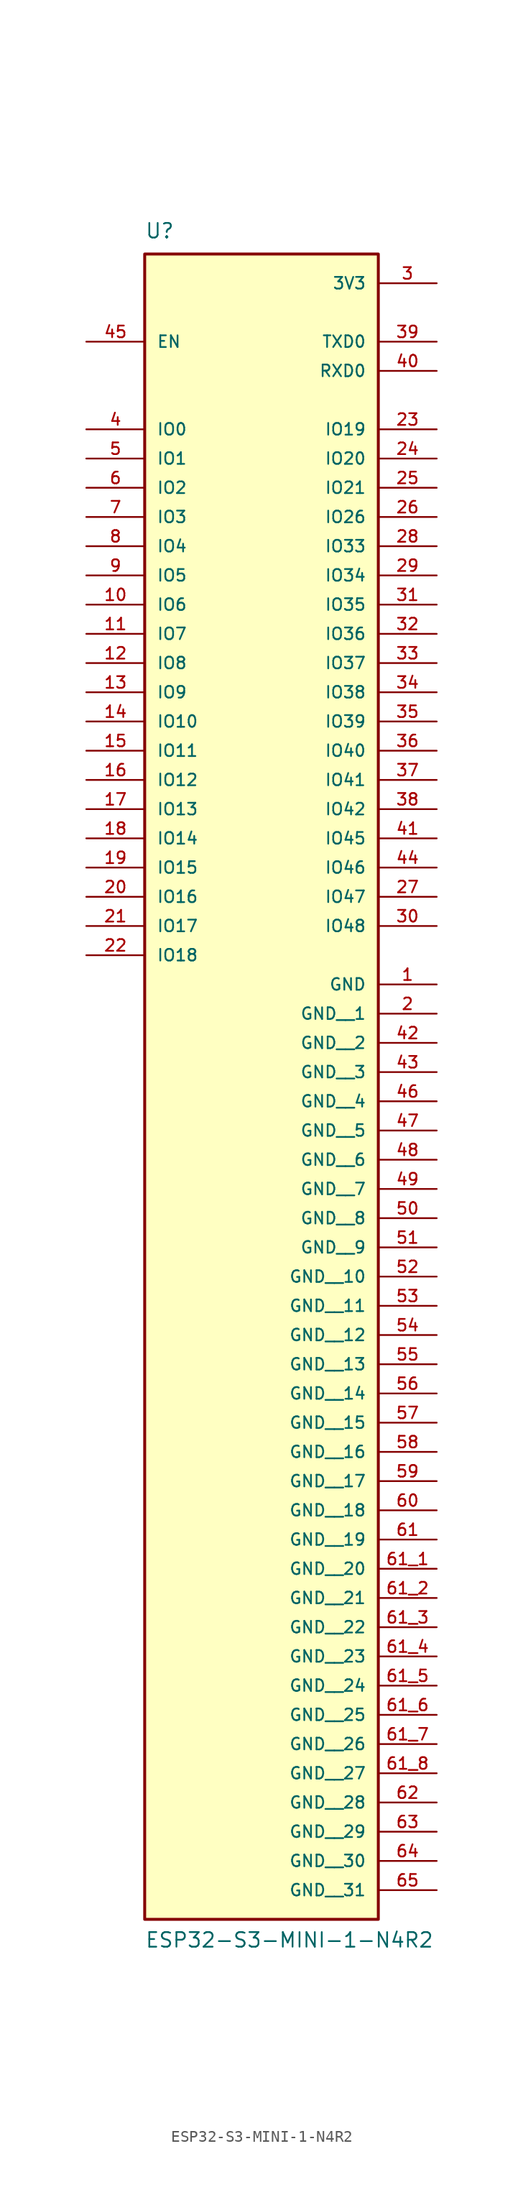
<source format=kicad_sym>
(kicad_symbol_lib
  (version 20211014)
  (generator kicad_symbol_editor)
  (symbol "ESP32-S3-MINI-1-N4R2"
    (pin_names
      (offset 1.016))
    (property "Reference" "U"
      (at -10.16 34.29 0)
      (effects (font (size 1.27 1.27)) (justify bottom left)))
    (property "Value" "ESP32-S3-MINI-1-N4R2"
      (at -10.16 -114.3 0)
      (effects (font (size 1.27 1.27)) (justify bottom left)))
    (symbol "ESP32-S3-MINI-1-N4R2_0_0"
      (rectangle (start -10.16 -111.76) (end 10.16 33.02) (stroke (width 0.254)) (fill (type background)))
      (pin bidirectional line (at -15.24 17.78 0) (length 5.08) (name "IO0" (effects (font (size 1.016 1.016)))) (number "4" (effects (font (size 1.016 1.016)))))
      (pin bidirectional line (at -15.24 15.24 0) (length 5.08) (name "IO1" (effects (font (size 1.016 1.016)))) (number "5" (effects (font (size 1.016 1.016)))))
      (pin bidirectional line (at -15.24 12.7 0) (length 5.08) (name "IO2" (effects (font (size 1.016 1.016)))) (number "6" (effects (font (size 1.016 1.016)))))
      (pin bidirectional line (at -15.24 10.16 0) (length 5.08) (name "IO3" (effects (font (size 1.016 1.016)))) (number "7" (effects (font (size 1.016 1.016)))))
      (pin bidirectional line (at -15.24 7.62 0) (length 5.08) (name "IO4" (effects (font (size 1.016 1.016)))) (number "8" (effects (font (size 1.016 1.016)))))
      (pin bidirectional line (at -15.24 5.08 0) (length 5.08) (name "IO5" (effects (font (size 1.016 1.016)))) (number "9" (effects (font (size 1.016 1.016)))))
      (pin bidirectional line (at -15.24 2.54 0) (length 5.08) (name "IO6" (effects (font (size 1.016 1.016)))) (number "10" (effects (font (size 1.016 1.016)))))
      (pin bidirectional line (at -15.24 0.0 0) (length 5.08) (name "IO7" (effects (font (size 1.016 1.016)))) (number "11" (effects (font (size 1.016 1.016)))))
      (pin bidirectional line (at -15.24 -2.54 0) (length 5.08) (name "IO8" (effects (font (size 1.016 1.016)))) (number "12" (effects (font (size 1.016 1.016)))))
      (pin bidirectional line (at -15.24 -5.08 0) (length 5.08) (name "IO9" (effects (font (size 1.016 1.016)))) (number "13" (effects (font (size 1.016 1.016)))))
      (pin bidirectional line (at -15.24 -7.62 0) (length 5.08) (name "IO10" (effects (font (size 1.016 1.016)))) (number "14" (effects (font (size 1.016 1.016)))))
      (pin bidirectional line (at -15.24 -10.16 0) (length 5.08) (name "IO11" (effects (font (size 1.016 1.016)))) (number "15" (effects (font (size 1.016 1.016)))))
      (pin bidirectional line (at -15.24 -12.7 0) (length 5.08) (name "IO12" (effects (font (size 1.016 1.016)))) (number "16" (effects (font (size 1.016 1.016)))))
      (pin bidirectional line (at -15.24 -15.24 0) (length 5.08) (name "IO13" (effects (font (size 1.016 1.016)))) (number "17" (effects (font (size 1.016 1.016)))))
      (pin bidirectional line (at -15.24 -17.78 0) (length 5.08) (name "IO14" (effects (font (size 1.016 1.016)))) (number "18" (effects (font (size 1.016 1.016)))))
      (pin bidirectional line (at -15.24 -20.32 0) (length 5.08) (name "IO15" (effects (font (size 1.016 1.016)))) (number "19" (effects (font (size 1.016 1.016)))))
      (pin bidirectional line (at -15.24 -22.86 0) (length 5.08) (name "IO16" (effects (font (size 1.016 1.016)))) (number "20" (effects (font (size 1.016 1.016)))))
      (pin bidirectional line (at -15.24 -25.4 0) (length 5.08) (name "IO17" (effects (font (size 1.016 1.016)))) (number "21" (effects (font (size 1.016 1.016)))))
      (pin bidirectional line (at -15.24 -27.94 0) (length 5.08) (name "IO18" (effects (font (size 1.016 1.016)))) (number "22" (effects (font (size 1.016 1.016)))))
      (pin bidirectional line (at 15.24 17.78 180.0) (length 5.08) (name "IO19" (effects (font (size 1.016 1.016)))) (number "23" (effects (font (size 1.016 1.016)))))
      (pin bidirectional line (at 15.24 15.24 180.0) (length 5.08) (name "IO20" (effects (font (size 1.016 1.016)))) (number "24" (effects (font (size 1.016 1.016)))))
      (pin bidirectional line (at 15.24 12.7 180.0) (length 5.08) (name "IO21" (effects (font (size 1.016 1.016)))) (number "25" (effects (font (size 1.016 1.016)))))
      (pin bidirectional line (at 15.24 10.16 180.0) (length 5.08) (name "IO26" (effects (font (size 1.016 1.016)))) (number "26" (effects (font (size 1.016 1.016)))))
      (pin bidirectional line (at 15.24 7.62 180.0) (length 5.08) (name "IO33" (effects (font (size 1.016 1.016)))) (number "28" (effects (font (size 1.016 1.016)))))
      (pin bidirectional line (at 15.24 5.08 180.0) (length 5.08) (name "IO34" (effects (font (size 1.016 1.016)))) (number "29" (effects (font (size 1.016 1.016)))))
      (pin bidirectional line (at 15.24 2.54 180.0) (length 5.08) (name "IO35" (effects (font (size 1.016 1.016)))) (number "31" (effects (font (size 1.016 1.016)))))
      (pin bidirectional line (at 15.24 0.0 180.0) (length 5.08) (name "IO36" (effects (font (size 1.016 1.016)))) (number "32" (effects (font (size 1.016 1.016)))))
      (pin bidirectional line (at 15.24 -2.54 180.0) (length 5.08) (name "IO37" (effects (font (size 1.016 1.016)))) (number "33" (effects (font (size 1.016 1.016)))))
      (pin bidirectional line (at 15.24 -5.08 180.0) (length 5.08) (name "IO38" (effects (font (size 1.016 1.016)))) (number "34" (effects (font (size 1.016 1.016)))))
      (pin bidirectional line (at 15.24 -7.62 180.0) (length 5.08) (name "IO39" (effects (font (size 1.016 1.016)))) (number "35" (effects (font (size 1.016 1.016)))))
      (pin bidirectional line (at 15.24 -10.16 180.0) (length 5.08) (name "IO40" (effects (font (size 1.016 1.016)))) (number "36" (effects (font (size 1.016 1.016)))))
      (pin bidirectional line (at 15.24 -12.7 180.0) (length 5.08) (name "IO41" (effects (font (size 1.016 1.016)))) (number "37" (effects (font (size 1.016 1.016)))))
      (pin bidirectional line (at 15.24 -15.24 180.0) (length 5.08) (name "IO42" (effects (font (size 1.016 1.016)))) (number "38" (effects (font (size 1.016 1.016)))))
      (pin bidirectional line (at 15.24 -17.78 180.0) (length 5.08) (name "IO45" (effects (font (size 1.016 1.016)))) (number "41" (effects (font (size 1.016 1.016)))))
      (pin bidirectional line (at 15.24 -20.32 180.0) (length 5.08) (name "IO46" (effects (font (size 1.016 1.016)))) (number "44" (effects (font (size 1.016 1.016)))))
      (pin bidirectional line (at 15.24 -22.86 180.0) (length 5.08) (name "IO47" (effects (font (size 1.016 1.016)))) (number "27" (effects (font (size 1.016 1.016)))))
      (pin bidirectional line (at 15.24 -25.4 180.0) (length 5.08) (name "IO48" (effects (font (size 1.016 1.016)))) (number "30" (effects (font (size 1.016 1.016)))))
      (pin input line (at -15.24 25.4 0) (length 5.08) (name "EN" (effects (font (size 1.016 1.016)))) (number "45" (effects (font (size 1.016 1.016)))))
      (pin bidirectional line (at 15.24 25.4 180.0) (length 5.08) (name "TXD0" (effects (font (size 1.016 1.016)))) (number "39" (effects (font (size 1.016 1.016)))))
      (pin bidirectional line (at 15.24 22.86 180.0) (length 5.08) (name "RXD0" (effects (font (size 1.016 1.016)))) (number "40" (effects (font (size 1.016 1.016)))))
      (pin power_in line (at 15.24 30.48 180.0) (length 5.08) (name "3V3" (effects (font (size 1.016 1.016)))) (number "3" (effects (font (size 1.016 1.016)))))
      (pin power_in line (at 15.24 -30.48 180.0) (length 5.08) (name "GND" (effects (font (size 1.016 1.016)))) (number "1" (effects (font (size 1.016 1.016)))))
      (pin power_in line (at 15.24 -33.02 180.0) (length 5.08) (name "GND__1" (effects (font (size 1.016 1.016)))) (number "2" (effects (font (size 1.016 1.016)))))
      (pin power_in line (at 15.24 -35.56 180.0) (length 5.08) (name "GND__2" (effects (font (size 1.016 1.016)))) (number "42" (effects (font (size 1.016 1.016)))))
      (pin power_in line (at 15.24 -38.1 180.0) (length 5.08) (name "GND__3" (effects (font (size 1.016 1.016)))) (number "43" (effects (font (size 1.016 1.016)))))
      (pin power_in line (at 15.24 -40.64 180.0) (length 5.08) (name "GND__4" (effects (font (size 1.016 1.016)))) (number "46" (effects (font (size 1.016 1.016)))))
      (pin power_in line (at 15.24 -43.18 180.0) (length 5.08) (name "GND__5" (effects (font (size 1.016 1.016)))) (number "47" (effects (font (size 1.016 1.016)))))
      (pin power_in line (at 15.24 -45.72 180.0) (length 5.08) (name "GND__6" (effects (font (size 1.016 1.016)))) (number "48" (effects (font (size 1.016 1.016)))))
      (pin power_in line (at 15.24 -48.26 180.0) (length 5.08) (name "GND__7" (effects (font (size 1.016 1.016)))) (number "49" (effects (font (size 1.016 1.016)))))
      (pin power_in line (at 15.24 -50.8 180.0) (length 5.08) (name "GND__8" (effects (font (size 1.016 1.016)))) (number "50" (effects (font (size 1.016 1.016)))))
      (pin power_in line (at 15.24 -53.34 180.0) (length 5.08) (name "GND__9" (effects (font (size 1.016 1.016)))) (number "51" (effects (font (size 1.016 1.016)))))
      (pin power_in line (at 15.24 -55.88 180.0) (length 5.08) (name "GND__10" (effects (font (size 1.016 1.016)))) (number "52" (effects (font (size 1.016 1.016)))))
      (pin power_in line (at 15.24 -58.42 180.0) (length 5.08) (name "GND__11" (effects (font (size 1.016 1.016)))) (number "53" (effects (font (size 1.016 1.016)))))
      (pin power_in line (at 15.24 -60.96 180.0) (length 5.08) (name "GND__12" (effects (font (size 1.016 1.016)))) (number "54" (effects (font (size 1.016 1.016)))))
      (pin power_in line (at 15.24 -63.5 180.0) (length 5.08) (name "GND__13" (effects (font (size 1.016 1.016)))) (number "55" (effects (font (size 1.016 1.016)))))
      (pin power_in line (at 15.24 -66.04 180.0) (length 5.08) (name "GND__14" (effects (font (size 1.016 1.016)))) (number "56" (effects (font (size 1.016 1.016)))))
      (pin power_in line (at 15.24 -68.58 180.0) (length 5.08) (name "GND__15" (effects (font (size 1.016 1.016)))) (number "57" (effects (font (size 1.016 1.016)))))
      (pin power_in line (at 15.24 -71.12 180.0) (length 5.08) (name "GND__16" (effects (font (size 1.016 1.016)))) (number "58" (effects (font (size 1.016 1.016)))))
      (pin power_in line (at 15.24 -73.66 180.0) (length 5.08) (name "GND__17" (effects (font (size 1.016 1.016)))) (number "59" (effects (font (size 1.016 1.016)))))
      (pin power_in line (at 15.24 -76.2 180.0) (length 5.08) (name "GND__18" (effects (font (size 1.016 1.016)))) (number "60" (effects (font (size 1.016 1.016)))))
      (pin power_in line (at 15.24 -78.74 180.0) (length 5.08) (name "GND__19" (effects (font (size 1.016 1.016)))) (number "61" (effects (font (size 1.016 1.016)))))
      (pin power_in line (at 15.24 -81.28 180.0) (length 5.08) (name "GND__20" (effects (font (size 1.016 1.016)))) (number "61_1" (effects (font (size 1.016 1.016)))))
      (pin power_in line (at 15.24 -83.82 180.0) (length 5.08) (name "GND__21" (effects (font (size 1.016 1.016)))) (number "61_2" (effects (font (size 1.016 1.016)))))
      (pin power_in line (at 15.24 -86.36 180.0) (length 5.08) (name "GND__22" (effects (font (size 1.016 1.016)))) (number "61_3" (effects (font (size 1.016 1.016)))))
      (pin power_in line (at 15.24 -88.9 180.0) (length 5.08) (name "GND__23" (effects (font (size 1.016 1.016)))) (number "61_4" (effects (font (size 1.016 1.016)))))
      (pin power_in line (at 15.24 -91.44 180.0) (length 5.08) (name "GND__24" (effects (font (size 1.016 1.016)))) (number "61_5" (effects (font (size 1.016 1.016)))))
      (pin power_in line (at 15.24 -93.98 180.0) (length 5.08) (name "GND__25" (effects (font (size 1.016 1.016)))) (number "61_6" (effects (font (size 1.016 1.016)))))
      (pin power_in line (at 15.24 -96.52 180.0) (length 5.08) (name "GND__26" (effects (font (size 1.016 1.016)))) (number "61_7" (effects (font (size 1.016 1.016)))))
      (pin power_in line (at 15.24 -99.06 180.0) (length 5.08) (name "GND__27" (effects (font (size 1.016 1.016)))) (number "61_8" (effects (font (size 1.016 1.016)))))
      (pin power_in line (at 15.24 -101.6 180.0) (length 5.08) (name "GND__28" (effects (font (size 1.016 1.016)))) (number "62" (effects (font (size 1.016 1.016)))))
      (pin power_in line (at 15.24 -104.14 180.0) (length 5.08) (name "GND__29" (effects (font (size 1.016 1.016)))) (number "63" (effects (font (size 1.016 1.016)))))
      (pin power_in line (at 15.24 -106.68 180.0) (length 5.08) (name "GND__30" (effects (font (size 1.016 1.016)))) (number "64" (effects (font (size 1.016 1.016)))))
      (pin power_in line (at 15.24 -109.22 180.0) (length 5.08) (name "GND__31" (effects (font (size 1.016 1.016)))) (number "65" (effects (font (size 1.016 1.016))))))))
</source>
